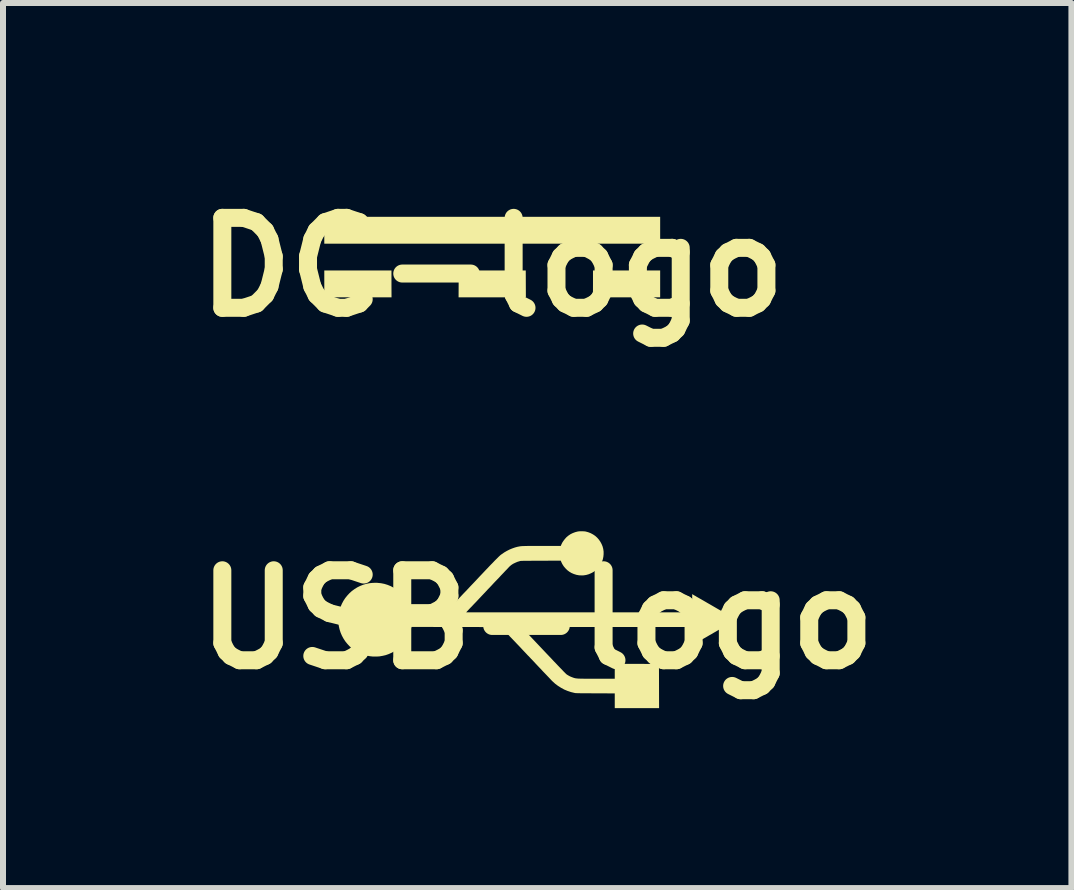
<source format=kicad_pcb>
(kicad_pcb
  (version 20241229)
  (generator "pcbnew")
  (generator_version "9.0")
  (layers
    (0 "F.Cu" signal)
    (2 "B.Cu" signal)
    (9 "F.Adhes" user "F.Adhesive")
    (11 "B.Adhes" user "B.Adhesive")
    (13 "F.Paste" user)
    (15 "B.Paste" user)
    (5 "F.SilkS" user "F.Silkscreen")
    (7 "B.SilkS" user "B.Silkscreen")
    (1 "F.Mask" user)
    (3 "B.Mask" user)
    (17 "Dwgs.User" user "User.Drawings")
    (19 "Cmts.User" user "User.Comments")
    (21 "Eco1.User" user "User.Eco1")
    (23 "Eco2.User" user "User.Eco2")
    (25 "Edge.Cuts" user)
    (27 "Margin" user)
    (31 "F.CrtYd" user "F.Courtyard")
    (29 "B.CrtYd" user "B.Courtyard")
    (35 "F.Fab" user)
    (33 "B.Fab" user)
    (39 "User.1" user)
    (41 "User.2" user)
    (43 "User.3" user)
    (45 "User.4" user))
  (footprint "DC-logo"
    (layer "F.Cu")
    (at 5.157 1.404)
    (property "Reference" "DC-logo" (at 0 0 0) (layer "F.SilkS") (effects (font (size 1.5 1.5) (thickness 0.3))))
    (attr board_only exclude_from_pos_files exclude_from_bom)
    (fp_poly (pts (xy -2.24 0.055) (xy -1.68 0.056) (xy -1.68 0.28) (xy -1.679 0.503) (xy -2.239 0.503) (xy -2.8 0.503) (xy -2.8 0.279) (xy -2.8 0.055)) (stroke (width 0) (type solid)) (fill yes) (layer "F.SilkS"))
    (fp_poly (pts (xy 0.56 0.28) (xy 0.561 0.503) (xy 0 0.503) (xy -0.561 0.503) (xy -0.56 0.28) (xy -0.559 0.056) (xy 0 0.056) (xy 0.559 0.056)) (stroke (width 0) (type solid)) (fill yes) (layer "F.SilkS"))
    (fp_poly (pts (xy 2.8 -0.615) (xy 2.8 -0.391) (xy 0 -0.391) (xy -2.8 -0.391) (xy -2.8 -0.615) (xy -2.8 -0.839) (xy 0 -0.839) (xy 2.8 -0.839)) (stroke (width 0) (type solid)) (fill yes) (layer "F.SilkS"))
    (fp_poly (pts (xy 2.8 0.279) (xy 2.8 0.503) (xy 2.239 0.503) (xy 1.679 0.503) (xy 1.68 0.28) (xy 1.68 0.056) (xy 2.24 0.055) (xy 2.8 0.055)) (stroke (width 0) (type solid)) (fill yes) (layer "F.SilkS")))
  (footprint "USB-logo"
    (layer "F.Cu")
    (at 5.907 7.28)
    (property "Reference" "USB-logo" (at 0 0 0) (layer "F.SilkS") (effects (font (size 1.5 1.5) (thickness 0.3))))
    (attr board_only exclude_from_pos_files exclude_from_bom)
    (fp_poly (pts (xy 0.758 -1.472) (xy 0.78 -1.471) (xy 0.8 -1.469) (xy 0.807 -1.468) (xy 0.851 -1.456) (xy 0.892 -1.44) (xy 0.931 -1.419) (xy 0.967 -1.395) (xy 0.999 -1.366) (xy 1.028 -1.333) (xy 1.053 -1.297) (xy 1.074 -1.258) (xy 1.09 -1.219) (xy 1.101 -1.177) (xy 1.107 -1.133) (xy 1.107 -1.09) (xy 1.103 -1.047) (xy 1.094 -1.004) (xy 1.08 -0.963) (xy 1.061 -0.924) (xy 1.055 -0.915) (xy 1.03 -0.877) (xy 1.001 -0.844) (xy 0.968 -0.815) (xy 0.932 -0.79) (xy 0.901 -0.774) (xy 0.86 -0.756) (xy 0.818 -0.744) (xy 0.775 -0.737) (xy 0.74 -0.736) (xy 0.696 -0.738) (xy 0.653 -0.746) (xy 0.612 -0.759) (xy 0.572 -0.776) (xy 0.535 -0.798) (xy 0.501 -0.824) (xy 0.47 -0.855) (xy 0.442 -0.888) (xy 0.418 -0.926) (xy 0.417 -0.928) (xy 0.411 -0.94) (xy 0.405 -0.953) (xy 0.4 -0.964) (xy 0.399 -0.966) (xy 0.393 -0.982) (xy 0.062 -0.981) (xy 0.012 -0.981) (xy -0.032 -0.981) (xy -0.071 -0.981) (xy -0.106 -0.98) (xy -0.137 -0.98) (xy -0.164 -0.98) (xy -0.187 -0.98) (xy -0.206 -0.98) (xy -0.223 -0.98) (xy -0.237 -0.979) (xy -0.249 -0.979) (xy -0.258 -0.979) (xy -0.266 -0.978) (xy -0.272 -0.978) (xy -0.277 -0.977) (xy -0.281 -0.977) (xy -0.285 -0.976) (xy -0.288 -0.975) (xy -0.291 -0.974) (xy -0.331 -0.962) (xy -0.368 -0.946) (xy -0.403 -0.929) (xy -0.433 -0.909) (xy -0.459 -0.887) (xy -0.46 -0.886) (xy -0.464 -0.882) (xy -0.471 -0.875) (xy -0.482 -0.863) (xy -0.495 -0.849) (xy -0.512 -0.831) (xy -0.532 -0.811) (xy -0.554 -0.787) (xy -0.578 -0.762) (xy -0.605 -0.734) (xy -0.633 -0.703) (xy -0.664 -0.671) (xy -0.696 -0.638) (xy -0.729 -0.603) (xy -0.763 -0.566) (xy -0.798 -0.529) (xy -0.818 -0.509) (xy -0.853 -0.471) (xy -0.888 -0.434) (xy -0.922 -0.398) (xy -0.954 -0.364) (xy -0.985 -0.331) (xy -1.014 -0.3) (xy -1.042 -0.271) (xy -1.067 -0.245) (xy -1.09 -0.22) (xy -1.111 -0.199) (xy -1.129 -0.18) (xy -1.144 -0.164) (xy -1.156 -0.151) (xy -1.165 -0.142) (xy -1.17 -0.136) (xy -1.171 -0.135) (xy -1.185 -0.12) (xy 0.699 -0.12) (xy 2.584 -0.12) (xy 2.584 -0.272) (xy 2.584 -0.424) (xy 2.616 -0.405) (xy 2.628 -0.398) (xy 2.643 -0.39) (xy 2.66 -0.379) (xy 2.68 -0.368) (xy 2.699 -0.357) (xy 2.713 -0.349) (xy 2.726 -0.342) (xy 2.743 -0.332) (xy 2.764 -0.32) (xy 2.788 -0.306) (xy 2.814 -0.291) (xy 2.843 -0.274) (xy 2.873 -0.257) (xy 2.904 -0.239) (xy 2.935 -0.221) (xy 2.959 -0.207) (xy 2.99 -0.189) (xy 3.023 -0.17) (xy 3.056 -0.151) (xy 3.088 -0.132) (xy 3.119 -0.114) (xy 3.149 -0.097) (xy 3.176 -0.082) (xy 3.2 -0.068) (xy 3.22 -0.056) (xy 3.23 -0.051) (xy 3.254 -0.037) (xy 3.273 -0.025) (xy 3.289 -0.016) (xy 3.3 -0.009) (xy 3.309 -0.003) (xy 3.314 0.001) (xy 3.316 0.003) (xy 3.316 0.004) (xy 3.313 0.006) (xy 3.306 0.011) (xy 3.295 0.017) (xy 3.28 0.026) (xy 3.262 0.036) (xy 3.242 0.048) (xy 3.218 0.062) (xy 3.193 0.076) (xy 3.167 0.092) (xy 3.151 0.1) (xy 3.12 0.119) (xy 3.086 0.138) (xy 3.05 0.159) (xy 3.014 0.179) (xy 2.979 0.2) (xy 2.945 0.219) (xy 2.914 0.238) (xy 2.885 0.254) (xy 2.867 0.264) (xy 2.84 0.28) (xy 2.811 0.297) (xy 2.782 0.313) (xy 2.754 0.33) (xy 2.726 0.346) (xy 2.701 0.36) (xy 2.679 0.373) (xy 2.665 0.381) (xy 2.646 0.392) (xy 2.629 0.402) (xy 2.614 0.411) (xy 2.601 0.418) (xy 2.592 0.423) (xy 2.587 0.426) (xy 2.585 0.427) (xy 2.585 0.424) (xy 2.585 0.416) (xy 2.585 0.404) (xy 2.584 0.388) (xy 2.584 0.368) (xy 2.584 0.346) (xy 2.584 0.321) (xy 2.584 0.294) (xy 2.584 0.276) (xy 2.584 0.242) (xy 2.584 0.213) (xy 2.584 0.189) (xy 2.584 0.17) (xy 2.583 0.154) (xy 2.583 0.142) (xy 2.582 0.133) (xy 2.582 0.128) (xy 2.581 0.125) (xy 2.581 0.124) (xy 2.578 0.124) (xy 2.569 0.124) (xy 2.556 0.124) (xy 2.538 0.124) (xy 2.515 0.124) (xy 2.487 0.124) (xy 2.454 0.124) (xy 2.418 0.124) (xy 2.377 0.124) (xy 2.332 0.124) (xy 2.283 0.124) (xy 2.231 0.124) (xy 2.175 0.124) (xy 2.115 0.124) (xy 2.053 0.124) (xy 1.987 0.124) (xy 1.919 0.124) (xy 1.847 0.124) (xy 1.774 0.124) (xy 1.697 0.124) (xy 1.619 0.124) (xy 1.538 0.124) (xy 1.456 0.124) (xy 1.372 0.124) (xy 1.286 0.124) (xy 1.199 0.124) (xy 1.157 0.124) (xy -0.263 0.124) (xy 0.105 0.513) (xy 0.153 0.564) (xy 0.197 0.61) (xy 0.238 0.653) (xy 0.275 0.693) (xy 0.309 0.728) (xy 0.34 0.761) (xy 0.367 0.789) (xy 0.392 0.815) (xy 0.414 0.837) (xy 0.432 0.857) (xy 0.448 0.873) (xy 0.462 0.887) (xy 0.473 0.898) (xy 0.481 0.906) (xy 0.487 0.911) (xy 0.491 0.915) (xy 0.491 0.915) (xy 0.517 0.931) (xy 0.546 0.947) (xy 0.577 0.96) (xy 0.607 0.971) (xy 0.631 0.978) (xy 0.638 0.979) (xy 0.645 0.98) (xy 0.653 0.981) (xy 0.661 0.982) (xy 0.671 0.983) (xy 0.682 0.984) (xy 0.694 0.985) (xy 0.709 0.985) (xy 0.727 0.986) (xy 0.747 0.986) (xy 0.77 0.986) (xy 0.797 0.987) (xy 0.828 0.987) (xy 0.863 0.987) (xy 0.902 0.987) (xy 0.946 0.987) (xy 0.995 0.987) (xy 0.996 0.987) (xy 1.293 0.987) (xy 1.293 0.863) (xy 1.293 0.738) (xy 1.662 0.739) (xy 2.03 0.74) (xy 2.031 1.108) (xy 2.032 1.477) (xy 1.663 1.477) (xy 1.293 1.477) (xy 1.293 1.354) (xy 1.293 1.231) (xy 0.971 1.23) (xy 0.923 1.23) (xy 0.879 1.229) (xy 0.84 1.229) (xy 0.806 1.229) (xy 0.776 1.229) (xy 0.749 1.229) (xy 0.727 1.229) (xy 0.707 1.228) (xy 0.691 1.228) (xy 0.677 1.228) (xy 0.665 1.227) (xy 0.655 1.227) (xy 0.647 1.227) (xy 0.641 1.226) (xy 0.635 1.226) (xy 0.63 1.225) (xy 0.626 1.224) (xy 0.621 1.223) (xy 0.621 1.223) (xy 0.563 1.209) (xy 0.506 1.19) (xy 0.451 1.167) (xy 0.398 1.138) (xy 0.347 1.106) (xy 0.299 1.07) (xy 0.255 1.03) (xy 0.247 1.022) (xy 0.242 1.017) (xy 0.234 1.009) (xy 0.223 0.997) (xy 0.208 0.981) (xy 0.19 0.962) (xy 0.17 0.941) (xy 0.147 0.917) (xy 0.121 0.89) (xy 0.093 0.861) (xy 0.064 0.829) (xy 0.032 0.796) (xy -0.001 0.761) (xy -0.035 0.725) (xy -0.07 0.687) (xy -0.107 0.649) (xy -0.144 0.609) (xy -0.152 0.602) (xy -0.196 0.555) (xy -0.237 0.512) (xy -0.274 0.472) (xy -0.308 0.436) (xy -0.339 0.404) (xy -0.367 0.374) (xy -0.392 0.348) (xy -0.415 0.324) (xy -0.435 0.303) (xy -0.453 0.285) (xy -0.468 0.268) (xy -0.482 0.254) (xy -0.494 0.242) (xy -0.504 0.231) (xy -0.513 0.223) (xy -0.521 0.215) (xy -0.527 0.209) (xy -0.533 0.204) (xy -0.537 0.2) (xy -0.541 0.197) (xy -0.545 0.194) (xy -0.548 0.192) (xy -0.588 0.168) (xy -0.63 0.148) (xy -0.676 0.134) (xy -0.688 0.131) (xy -0.715 0.125) (xy -1.406 0.124) (xy -2.097 0.123) (xy -2.099 0.131) (xy -2.114 0.186) (xy -2.133 0.24) (xy -2.158 0.291) (xy -2.187 0.339) (xy -2.219 0.385) (xy -2.256 0.427) (xy -2.297 0.466) (xy -2.341 0.501) (xy -2.388 0.532) (xy -2.424 0.552) (xy -2.475 0.575) (xy -2.526 0.593) (xy -2.578 0.605) (xy -2.63 0.614) (xy -2.678 0.617) (xy -2.736 0.617) (xy -2.792 0.611) (xy -2.847 0.6) (xy -2.9 0.585) (xy -2.951 0.565) (xy -2.999 0.541) (xy -3.045 0.513) (xy -3.089 0.48) (xy -3.129 0.445) (xy -3.166 0.405) (xy -3.2 0.363) (xy -3.23 0.317) (xy -3.256 0.269) (xy -3.278 0.218) (xy -3.295 0.165) (xy -3.308 0.109) (xy -3.314 0.062) (xy -3.316 0.036) (xy -3.316 0.007) (xy -3.316 -0.023) (xy -3.314 -0.053) (xy -3.311 -0.082) (xy -3.309 -0.101) (xy -3.296 -0.157) (xy -3.279 -0.211) (xy -3.257 -0.263) (xy -3.231 -0.312) (xy -3.201 -0.358) (xy -3.167 -0.4) (xy -3.13 -0.44) (xy -3.09 -0.476) (xy -3.046 -0.508) (xy -3 -0.537) (xy -2.951 -0.561) (xy -2.9 -0.581) (xy -2.847 -0.596) (xy -2.792 -0.607) (xy -2.736 -0.612) (xy -2.679 -0.613) (xy -2.663 -0.612) (xy -2.605 -0.606) (xy -2.549 -0.595) (xy -2.494 -0.578) (xy -2.442 -0.557) (xy -2.392 -0.53) (xy -2.344 -0.499) (xy -2.298 -0.462) (xy -2.257 -0.424) (xy -2.22 -0.382) (xy -2.188 -0.338) (xy -2.16 -0.291) (xy -2.136 -0.241) (xy -2.116 -0.188) (xy -2.1 -0.132) (xy -2.097 -0.12) (xy -1.864 -0.121) (xy -1.822 -0.121) (xy -1.785 -0.121) (xy -1.753 -0.122) (xy -1.725 -0.122) (xy -1.7 -0.122) (xy -1.68 -0.122) (xy -1.662 -0.123) (xy -1.647 -0.123) (xy -1.634 -0.124) (xy -1.624 -0.125) (xy -1.614 -0.126) (xy -1.606 -0.128) (xy -1.599 -0.129) (xy -1.591 -0.131) (xy -1.584 -0.134) (xy -1.576 -0.136) (xy -1.568 -0.139) (xy -1.565 -0.14) (xy -1.528 -0.155) (xy -1.491 -0.174) (xy -1.472 -0.187) (xy -1.469 -0.189) (xy -1.466 -0.191) (xy -1.462 -0.194) (xy -1.458 -0.197) (xy -1.453 -0.201) (xy -1.448 -0.207) (xy -1.441 -0.213) (xy -1.434 -0.22) (xy -1.425 -0.229) (xy -1.414 -0.24) (xy -1.402 -0.252) (xy -1.389 -0.266) (xy -1.373 -0.283) (xy -1.355 -0.301) (xy -1.335 -0.322) (xy -1.312 -0.346) (xy -1.287 -0.372) (xy -1.26 -0.401) (xy -1.229 -0.434) (xy -1.195 -0.469) (xy -1.158 -0.508) (xy -1.118 -0.551) (xy -1.074 -0.597) (xy -1.052 -0.62) (xy -1.006 -0.669) (xy -0.963 -0.715) (xy -0.923 -0.757) (xy -0.887 -0.795) (xy -0.854 -0.83) (xy -0.823 -0.862) (xy -0.796 -0.891) (xy -0.771 -0.917) (xy -0.748 -0.94) (xy -0.728 -0.961) (xy -0.71 -0.98) (xy -0.693 -0.997) (xy -0.679 -1.011) (xy -0.666 -1.024) (xy -0.654 -1.036) (xy -0.644 -1.046) (xy -0.635 -1.054) (xy -0.627 -1.062) (xy -0.619 -1.069) (xy -0.612 -1.075) (xy -0.606 -1.08) (xy -0.599 -1.085) (xy -0.593 -1.089) (xy -0.589 -1.092) (xy -0.55 -1.119) (xy -0.507 -1.144) (xy -0.462 -1.167) (xy -0.416 -1.186) (xy -0.37 -1.202) (xy -0.326 -1.214) (xy -0.318 -1.215) (xy -0.309 -1.217) (xy -0.3 -1.219) (xy -0.291 -1.22) (xy -0.281 -1.222) (xy -0.27 -1.223) (xy -0.258 -1.224) (xy -0.244 -1.225) (xy -0.228 -1.225) (xy -0.21 -1.226) (xy -0.189 -1.226) (xy -0.166 -1.227) (xy -0.139 -1.227) (xy -0.108 -1.227) (xy -0.074 -1.228) (xy -0.035 -1.228) (xy 0.008 -1.228) (xy 0.056 -1.228) (xy 0.09 -1.228) (xy 0.393 -1.228) (xy 0.403 -1.252) (xy 0.418 -1.283) (xy 0.438 -1.313) (xy 0.461 -1.343) (xy 0.486 -1.371) (xy 0.514 -1.395) (xy 0.522 -1.401) (xy 0.556 -1.424) (xy 0.593 -1.442) (xy 0.633 -1.457) (xy 0.671 -1.467) (xy 0.689 -1.47) (xy 0.71 -1.472) (xy 0.734 -1.472)) (stroke (width 0) (type solid)) (fill yes) (layer "F.SilkS")))
  (gr_rect
    (start -3 -3)
    (end 14.814 11.757)
    (stroke (width 0.1) (type default))
    (fill no)
    (layer "Edge.Cuts")))
</source>
